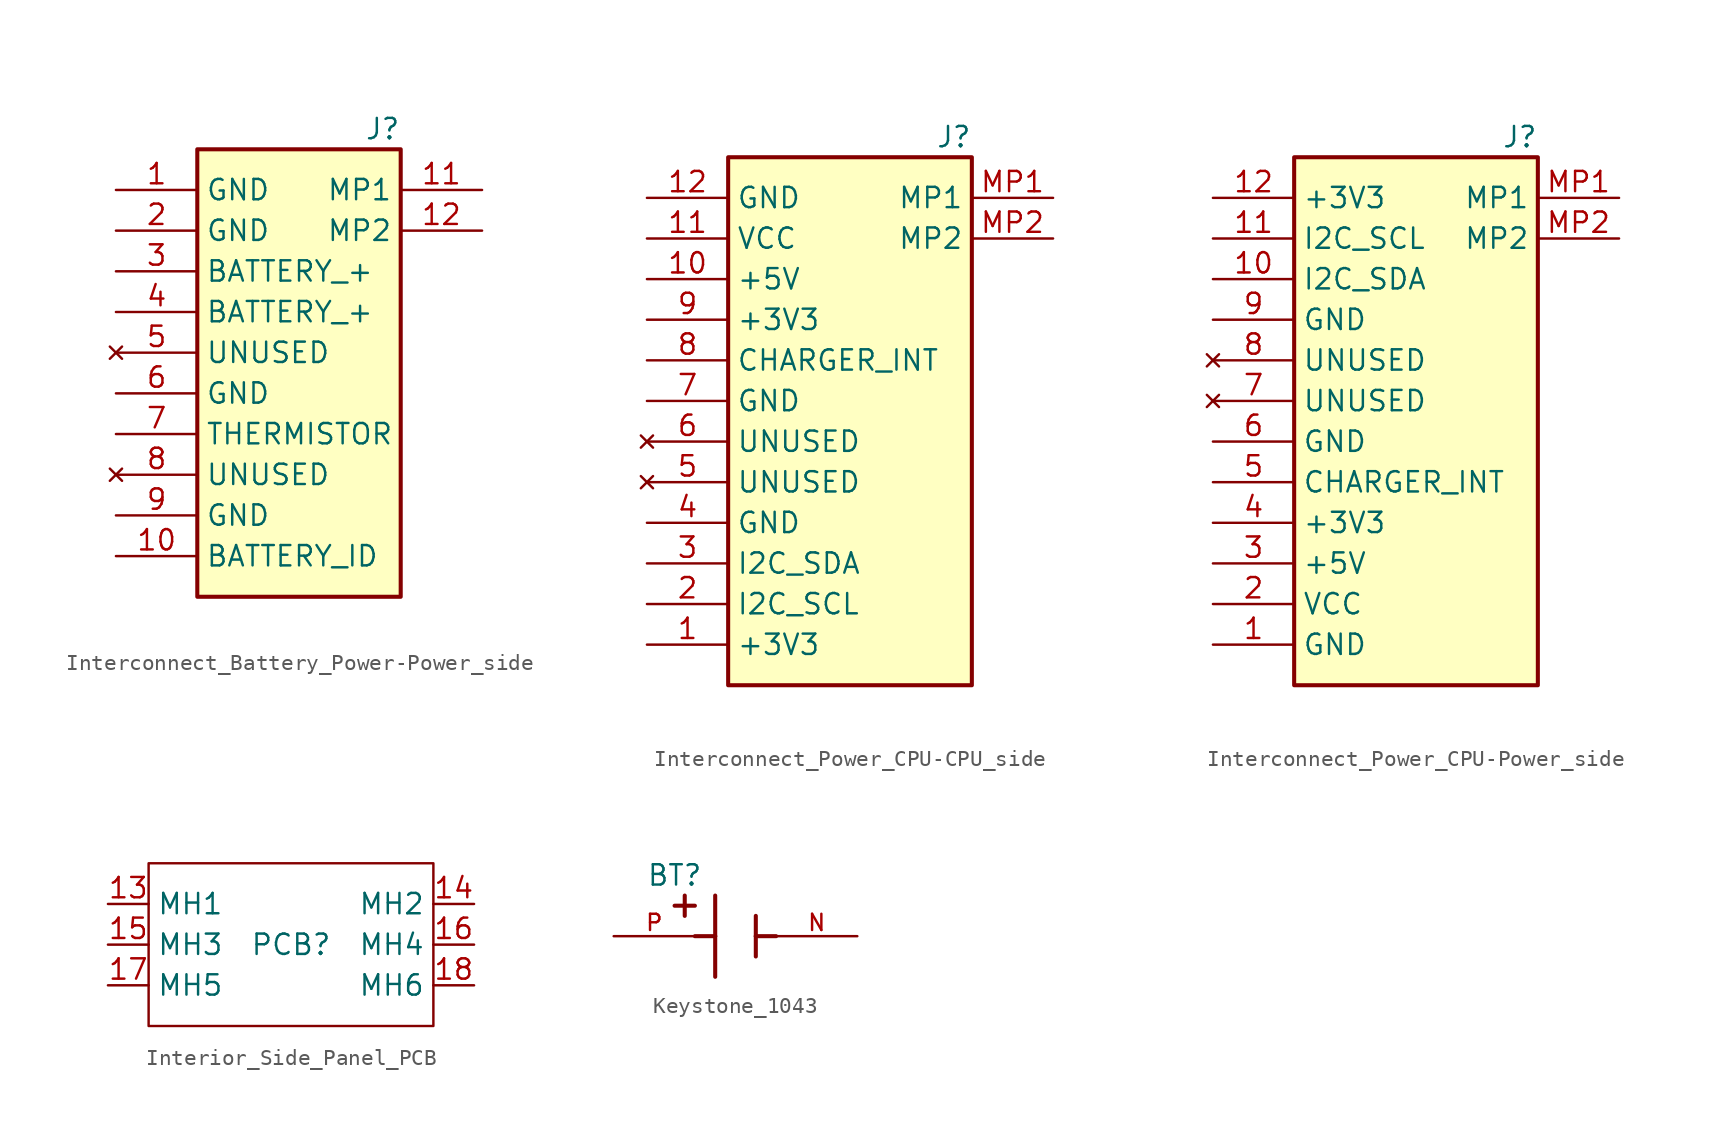
<source format=kicad_sym>
(kicad_symbol_lib
  (version 20220914)
  (generator kicad_symbol_editor)
  (symbol "Interconnect_Battery_Power-Power_side"
    (property "Reference" "J"
      (at 17.78 3.81 0)
      (effects (font (size 1.27 1.27)) (justify right)))
    (symbol "Interconnect_Battery_Power-Power_side_1_1"
      (rectangle (start 5.08 2.54) (end 17.78 -25.4) (stroke (width 0.254) (type default)) (fill (type background)))
      (pin power_out line (at 0 0 0) (length 5.08) (name "GND" (effects (font (size 1.27 1.27)))) (number "1" (effects (font (size 1.27 1.27)))))
      (pin output line (at 0 -22.86 0) (length 5.08) (name "BATTERY_ID" (effects (font (size 1.27 1.27)))) (number "10" (effects (font (size 1.27 1.27)))))
      (pin power_in line (at 22.86 0 180) (length 5.08) (name "MP1" (effects (font (size 1.27 1.27)))) (number "11" (effects (font (size 1.27 1.27)))))
      (pin power_in line (at 22.86 -2.54 180) (length 5.08) (name "MP2" (effects (font (size 1.27 1.27)))) (number "12" (effects (font (size 1.27 1.27)))))
      (pin passive line (at 0 -2.54 0) (length 5.08) (name "GND" (effects (font (size 1.27 1.27)))) (number "2" (effects (font (size 1.27 1.27)))))
      (pin power_out line (at 0 -5.08 0) (length 5.08) (name "BATTERY_+" (effects (font (size 1.27 1.27)))) (number "3" (effects (font (size 1.27 1.27)))))
      (pin passive line (at 0 -7.62 0) (length 5.08) (name "BATTERY_+" (effects (font (size 1.27 1.27)))) (number "4" (effects (font (size 1.27 1.27)))))
      (pin no_connect line (at 0 -10.16 0) (length 5.08) (name "UNUSED" (effects (font (size 1.27 1.27)))) (number "5" (effects (font (size 1.27 1.27)))))
      (pin passive line (at 0 -12.7 0) (length 5.08) (name "GND" (effects (font (size 1.27 1.27)))) (number "6" (effects (font (size 1.27 1.27)))))
      (pin output line (at 0 -15.24 0) (length 5.08) (name "THERMISTOR" (effects (font (size 1.27 1.27)))) (number "7" (effects (font (size 1.27 1.27)))))
      (pin no_connect line (at 0 -17.78 0) (length 5.08) (name "UNUSED" (effects (font (size 1.27 1.27)))) (number "8" (effects (font (size 1.27 1.27)))))
      (pin passive line (at 0 -20.32 0) (length 5.08) (name "GND" (effects (font (size 1.27 1.27)))) (number "9" (effects (font (size 1.27 1.27)))))))
  (symbol "Interconnect_Power_CPU-CPU_side"
    (property "Reference" "J"
      (at 20.32 3.81 0)
      (effects (font (size 1.27 1.27)) (justify right)))
    (symbol "Interconnect_Power_CPU-CPU_side_1_1"
      (rectangle (start 5.08 2.54) (end 20.32 -30.48) (stroke (width 0.254) (type default)) (fill (type background)))
      (pin passive line (at 0 -27.94 0) (length 5.08) (name "+3V3" (effects (font (size 1.27 1.27)))) (number "1" (effects (font (size 1.27 1.27)))))
      (pin power_out line (at 0 -5.08 0) (length 5.08) (name "+5V" (effects (font (size 1.27 1.27)))) (number "10" (effects (font (size 1.27 1.27)))))
      (pin power_out line (at 0 -2.54 0) (length 5.08) (name "VCC" (effects (font (size 1.27 1.27)))) (number "11" (effects (font (size 1.27 1.27)))))
      (pin power_out line (at 0 0 0) (length 5.08) (name "GND" (effects (font (size 1.27 1.27)))) (number "12" (effects (font (size 1.27 1.27)))))
      (pin input line (at 0 -25.4 0) (length 5.08) (name "I2C_SCL" (effects (font (size 1.27 1.27)))) (number "2" (effects (font (size 1.27 1.27)))))
      (pin bidirectional line (at 0 -22.86 0) (length 5.08) (name "I2C_SDA" (effects (font (size 1.27 1.27)))) (number "3" (effects (font (size 1.27 1.27)))))
      (pin passive line (at 0 -20.32 0) (length 5.08) (name "GND" (effects (font (size 1.27 1.27)))) (number "4" (effects (font (size 1.27 1.27)))))
      (pin no_connect line (at 0 -17.78 0) (length 5.08) (name "UNUSED" (effects (font (size 1.27 1.27)))) (number "5" (effects (font (size 1.27 1.27)))))
      (pin no_connect line (at 0 -15.24 0) (length 5.08) (name "UNUSED" (effects (font (size 1.27 1.27)))) (number "6" (effects (font (size 1.27 1.27)))))
      (pin passive line (at 0 -12.7 0) (length 5.08) (name "GND" (effects (font (size 1.27 1.27)))) (number "7" (effects (font (size 1.27 1.27)))))
      (pin output line (at 0 -10.16 0) (length 5.08) (name "CHARGER_INT" (effects (font (size 1.27 1.27)))) (number "8" (effects (font (size 1.27 1.27)))))
      (pin power_out line (at 0 -7.62 0) (length 5.08) (name "+3V3" (effects (font (size 1.27 1.27)))) (number "9" (effects (font (size 1.27 1.27)))))
      (pin power_in line (at 25.4 0 180) (length 5.08) (name "MP1" (effects (font (size 1.27 1.27)))) (number "MP1" (effects (font (size 1.27 1.27)))))
      (pin power_in line (at 25.4 -2.54 180) (length 5.08) (name "MP2" (effects (font (size 1.27 1.27)))) (number "MP2" (effects (font (size 1.27 1.27)))))))
  (symbol "Interconnect_Power_CPU-Power_side"
    (property "Reference" "J"
      (at 20.32 3.81 0)
      (effects (font (size 1.27 1.27)) (justify right)))
    (symbol "Interconnect_Power_CPU-Power_side_1_1"
      (rectangle (start 5.08 2.54) (end 20.32 -30.48) (stroke (width 0.254) (type default)) (fill (type background)))
      (pin power_in line (at 0 -27.94 0) (length 5.08) (name "GND" (effects (font (size 1.27 1.27)))) (number "1" (effects (font (size 1.27 1.27)))))
      (pin bidirectional line (at 0 -5.08 0) (length 5.08) (name "I2C_SDA" (effects (font (size 1.27 1.27)))) (number "10" (effects (font (size 1.27 1.27)))))
      (pin output line (at 0 -2.54 0) (length 5.08) (name "I2C_SCL" (effects (font (size 1.27 1.27)))) (number "11" (effects (font (size 1.27 1.27)))))
      (pin power_in line (at 0 0 0) (length 5.08) (name "+3V3" (effects (font (size 1.27 1.27)))) (number "12" (effects (font (size 1.27 1.27)))))
      (pin power_in line (at 0 -25.4 0) (length 5.08) (name "VCC" (effects (font (size 1.27 1.27)))) (number "2" (effects (font (size 1.27 1.27)))))
      (pin power_in line (at 0 -22.86 0) (length 5.08) (name "+5V" (effects (font (size 1.27 1.27)))) (number "3" (effects (font (size 1.27 1.27)))))
      (pin power_in line (at 0 -20.32 0) (length 5.08) (name "+3V3" (effects (font (size 1.27 1.27)))) (number "4" (effects (font (size 1.27 1.27)))))
      (pin input line (at 0 -17.78 0) (length 5.08) (name "CHARGER_INT" (effects (font (size 1.27 1.27)))) (number "5" (effects (font (size 1.27 1.27)))))
      (pin power_in line (at 0 -15.24 0) (length 5.08) (name "GND" (effects (font (size 1.27 1.27)))) (number "6" (effects (font (size 1.27 1.27)))))
      (pin no_connect line (at 0 -12.7 0) (length 5.08) (name "UNUSED" (effects (font (size 1.27 1.27)))) (number "7" (effects (font (size 1.27 1.27)))))
      (pin no_connect line (at 0 -10.16 0) (length 5.08) (name "UNUSED" (effects (font (size 1.27 1.27)))) (number "8" (effects (font (size 1.27 1.27)))))
      (pin power_in line (at 0 -7.62 0) (length 5.08) (name "GND" (effects (font (size 1.27 1.27)))) (number "9" (effects (font (size 1.27 1.27)))))
      (pin power_in line (at 25.4 0 180) (length 5.08) (name "MP1" (effects (font (size 1.27 1.27)))) (number "MP1" (effects (font (size 1.27 1.27)))))
      (pin power_in line (at 25.4 -2.54 180) (length 5.08) (name "MP2" (effects (font (size 1.27 1.27)))) (number "MP2" (effects (font (size 1.27 1.27)))))))
  (symbol "Interior_Side_Panel_PCB"
    (property "Reference" "PCB"
      (at 0 0 0)
      (effects (font (size 1.27 1.27))))
    (symbol "Interior_Side_Panel_PCB_0_1"
      (rectangle (start -8.89 5.08) (end 8.89 -5.08) (stroke (width 0) (type default)) (fill (type none))))
    (symbol "Interior_Side_Panel_PCB_1_1"
      (pin power_in line (at -11.43 2.54 0) (length 2.54) (name "MH1" (effects (font (size 1.27 1.27)))) (number "13" (effects (font (size 1.27 1.27)))))
      (pin power_in line (at 11.43 2.54 180) (length 2.54) (name "MH2" (effects (font (size 1.27 1.27)))) (number "14" (effects (font (size 1.27 1.27)))))
      (pin power_in line (at -11.43 0 0) (length 2.54) (name "MH3" (effects (font (size 1.27 1.27)))) (number "15" (effects (font (size 1.27 1.27)))))
      (pin power_in line (at 11.43 0 180) (length 2.54) (name "MH4" (effects (font (size 1.27 1.27)))) (number "16" (effects (font (size 1.27 1.27)))))
      (pin power_in line (at -11.43 -2.54 0) (length 2.54) (name "MH5" (effects (font (size 1.27 1.27)))) (number "17" (effects (font (size 1.27 1.27)))))
      (pin power_in line (at 11.43 -2.54 180) (length 2.54) (name "MH6" (effects (font (size 1.27 1.27)))) (number "18" (effects (font (size 1.27 1.27)))))))
  (symbol "Keystone_1043"
    (pin_names
      (offset 1.016))
    (property "Reference" "BT"
      (at -3.81 3.81 0)
      (effects (font (size 1.27 1.27))))
    (symbol "Keystone_1043_0_0"
      (polyline (pts (xy -3.81 1.905) (xy -2.54 1.905)) (stroke (width 0.254) (type default)) (fill (type none)))
      (polyline (pts (xy -3.175 2.54) (xy -3.175 1.27)) (stroke (width 0.254) (type default)) (fill (type none)))
      (polyline (pts (xy -1.27 0) (xy -2.54 0)) (stroke (width 0.254) (type default)) (fill (type none)))
      (polyline (pts (xy -1.27 0) (xy -1.27 -2.54)) (stroke (width 0.254) (type default)) (fill (type none)))
      (polyline (pts (xy -1.27 2.54) (xy -1.27 0)) (stroke (width 0.254) (type default)) (fill (type none)))
      (polyline (pts (xy 1.27 0) (xy 1.27 -1.27)) (stroke (width 0.254) (type default)) (fill (type none)))
      (polyline (pts (xy 1.27 0) (xy 2.54 0)) (stroke (width 0.254) (type default)) (fill (type none)))
      (polyline (pts (xy 1.27 1.27) (xy 1.27 0)) (stroke (width 0.254) (type default)) (fill (type none)))
      (pin passive line (at 7.62 0 180) (length 5.08) (name "~" (effects (font (size 1.016 1.016)))) (number "N" (effects (font (size 1.016 1.016)))))
      (pin passive line (at -7.62 0 0) (length 5.08) (name "~" (effects (font (size 1.016 1.016)))) (number "P" (effects (font (size 1.016 1.016))))))))
</source>
